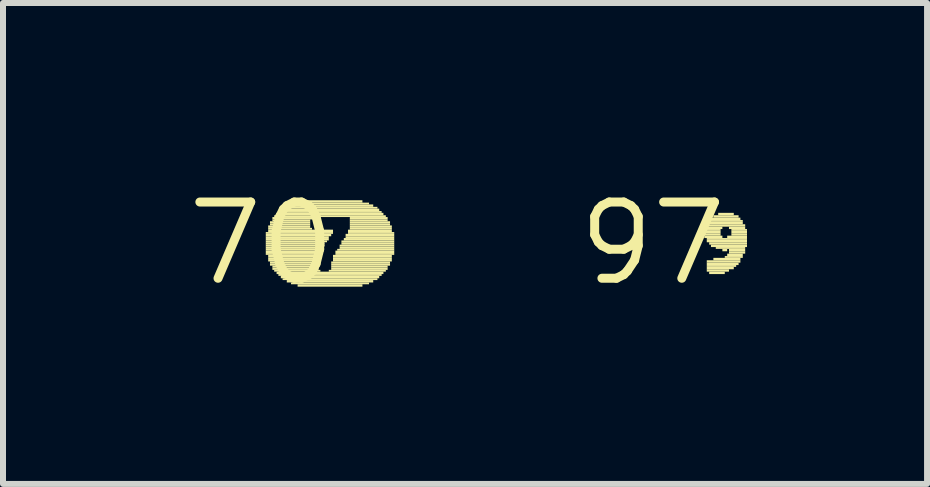
<source format=kicad_pcb>
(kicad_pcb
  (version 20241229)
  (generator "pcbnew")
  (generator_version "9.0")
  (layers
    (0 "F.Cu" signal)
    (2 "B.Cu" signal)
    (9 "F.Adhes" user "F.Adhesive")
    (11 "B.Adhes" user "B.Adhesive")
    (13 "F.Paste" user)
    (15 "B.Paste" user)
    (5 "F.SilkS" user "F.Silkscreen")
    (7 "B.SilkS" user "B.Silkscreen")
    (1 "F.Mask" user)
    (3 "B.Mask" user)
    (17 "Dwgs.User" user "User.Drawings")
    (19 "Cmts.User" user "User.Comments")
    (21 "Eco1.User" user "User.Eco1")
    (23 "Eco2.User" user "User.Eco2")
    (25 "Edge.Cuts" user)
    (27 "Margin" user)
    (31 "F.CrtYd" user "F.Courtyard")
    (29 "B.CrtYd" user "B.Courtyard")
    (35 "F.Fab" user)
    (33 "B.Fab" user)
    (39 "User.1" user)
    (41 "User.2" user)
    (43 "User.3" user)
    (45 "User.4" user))
  (footprint "97"
    (layer "F.Cu")
    (at 7.825 1.006)
    (property "Reference" "97" (at 0 0 0) (layer "F.SilkS") (effects (font (size 1.27 1.27) (thickness 0.15))))
    (fp_poly (pts (xy 0.86 -0.21) (xy 1.13 -0.21) (xy 1.13 -0.24) (xy 0.86 -0.24)) (stroke (width 0) (type default)) (fill yes) (layer "F.SilkS"))
    (fp_poly (pts (xy 0.86 -0.17) (xy 1.13 -0.17) (xy 1.13 -0.21) (xy 0.86 -0.21)) (stroke (width 0) (type default)) (fill yes) (layer "F.SilkS"))
    (fp_poly (pts (xy 0.86 -0.13) (xy 1.13 -0.13) (xy 1.13 -0.17) (xy 0.86 -0.17)) (stroke (width 0) (type default)) (fill yes) (layer "F.SilkS"))
    (fp_poly (pts (xy 0.86 -0.09) (xy 1.16 -0.09) (xy 1.16 -0.13) (xy 0.86 -0.13)) (stroke (width 0) (type default)) (fill yes) (layer "F.SilkS"))
    (fp_poly (pts (xy 0.9 -0.32) (xy 1.5 -0.32) (xy 1.5 -0.36) (xy 0.9 -0.36)) (stroke (width 0) (type default)) (fill yes) (layer "F.SilkS"))
    (fp_poly (pts (xy 0.9 -0.28) (xy 1.54 -0.28) (xy 1.54 -0.32) (xy 0.9 -0.32)) (stroke (width 0) (type default)) (fill yes) (layer "F.SilkS"))
    (fp_poly (pts (xy 0.9 -0.24) (xy 1.16 -0.24) (xy 1.16 -0.28) (xy 0.9 -0.28)) (stroke (width 0) (type default)) (fill yes) (layer "F.SilkS"))
    (fp_poly (pts (xy 0.9 -0.06) (xy 1.57 -0.06) (xy 1.57 -0.09) (xy 0.9 -0.09)) (stroke (width 0) (type default)) (fill yes) (layer "F.SilkS"))
    (fp_poly (pts (xy 0.9 -0.02) (xy 1.57 -0.02) (xy 1.57 -0.06) (xy 0.9 -0.06)) (stroke (width 0) (type default)) (fill yes) (layer "F.SilkS"))
    (fp_poly (pts (xy 0.9 0.32) (xy 1.46 0.32) (xy 1.46 0.28) (xy 0.9 0.28)) (stroke (width 0) (type default)) (fill yes) (layer "F.SilkS"))
    (fp_poly (pts (xy 0.9 0.36) (xy 1.43 0.36) (xy 1.43 0.32) (xy 0.9 0.32)) (stroke (width 0) (type default)) (fill yes) (layer "F.SilkS"))
    (fp_poly (pts (xy 0.9 0.39) (xy 1.39 0.39) (xy 1.39 0.36) (xy 0.9 0.36)) (stroke (width 0) (type default)) (fill yes) (layer "F.SilkS"))
    (fp_poly (pts (xy 0.9 0.43) (xy 1.35 0.43) (xy 1.35 0.39) (xy 0.9 0.39)) (stroke (width 0) (type default)) (fill yes) (layer "F.SilkS"))
    (fp_poly (pts (xy 0.9 0.47) (xy 1.27 0.47) (xy 1.27 0.43) (xy 0.9 0.43)) (stroke (width 0) (type default)) (fill yes) (layer "F.SilkS"))
    (fp_poly (pts (xy 0.94 -0.36) (xy 1.5 -0.36) (xy 1.5 -0.39) (xy 0.94 -0.39)) (stroke (width 0) (type default)) (fill yes) (layer "F.SilkS"))
    (fp_poly (pts (xy 0.94 0.02) (xy 1.57 0.02) (xy 1.57 -0.02) (xy 0.94 -0.02)) (stroke (width 0) (type default)) (fill yes) (layer "F.SilkS"))
    (fp_poly (pts (xy 0.94 0.51) (xy 1.2 0.51) (xy 1.2 0.47) (xy 0.94 0.47)) (stroke (width 0) (type default)) (fill yes) (layer "F.SilkS"))
    (fp_poly (pts (xy 0.97 -0.39) (xy 1.46 -0.39) (xy 1.46 -0.43) (xy 0.97 -0.43)) (stroke (width 0) (type default)) (fill yes) (layer "F.SilkS"))
    (fp_poly (pts (xy 0.97 0.06) (xy 1.57 0.06) (xy 1.57 0.02) (xy 0.97 0.02)) (stroke (width 0) (type default)) (fill yes) (layer "F.SilkS"))
    (fp_poly (pts (xy 1.01 -0.43) (xy 1.43 -0.43) (xy 1.43 -0.47) (xy 1.01 -0.47)) (stroke (width 0) (type default)) (fill yes) (layer "F.SilkS"))
    (fp_poly (pts (xy 1.01 0.28) (xy 1.46 0.28) (xy 1.46 0.24) (xy 1.01 0.24)) (stroke (width 0) (type default)) (fill yes) (layer "F.SilkS"))
    (fp_poly (pts (xy 1.05 0.09) (xy 1.54 0.09) (xy 1.54 0.06) (xy 1.05 0.06)) (stroke (width 0) (type default)) (fill yes) (layer "F.SilkS"))
    (fp_poly (pts (xy 1.09 -0.47) (xy 1.35 -0.47) (xy 1.35 -0.51) (xy 1.09 -0.51)) (stroke (width 0) (type default)) (fill yes) (layer "F.SilkS"))
    (fp_poly (pts (xy 1.16 0.13) (xy 1.24 0.13) (xy 1.24 0.09) (xy 1.16 0.09)) (stroke (width 0) (type default)) (fill yes) (layer "F.SilkS"))
    (fp_poly (pts (xy 1.2 0.24) (xy 1.5 0.24) (xy 1.5 0.21) (xy 1.2 0.21)) (stroke (width 0) (type default)) (fill yes) (layer "F.SilkS"))
    (fp_poly (pts (xy 1.24 -0.09) (xy 1.57 -0.09) (xy 1.57 -0.13) (xy 1.24 -0.13)) (stroke (width 0) (type default)) (fill yes) (layer "F.SilkS"))
    (fp_poly (pts (xy 1.24 0.21) (xy 1.5 0.21) (xy 1.5 0.17) (xy 1.24 0.17)) (stroke (width 0) (type default)) (fill yes) (layer "F.SilkS"))
    (fp_poly (pts (xy 1.27 -0.24) (xy 1.54 -0.24) (xy 1.54 -0.28) (xy 1.27 -0.28)) (stroke (width 0) (type default)) (fill yes) (layer "F.SilkS"))
    (fp_poly (pts (xy 1.27 0.13) (xy 1.54 0.13) (xy 1.54 0.09) (xy 1.27 0.09)) (stroke (width 0) (type default)) (fill yes) (layer "F.SilkS"))
    (fp_poly (pts (xy 1.27 0.17) (xy 1.54 0.17) (xy 1.54 0.13) (xy 1.27 0.13)) (stroke (width 0) (type default)) (fill yes) (layer "F.SilkS"))
    (fp_poly (pts (xy 1.31 -0.21) (xy 1.57 -0.21) (xy 1.57 -0.24) (xy 1.31 -0.24)) (stroke (width 0) (type default)) (fill yes) (layer "F.SilkS"))
    (fp_poly (pts (xy 1.31 -0.17) (xy 1.57 -0.17) (xy 1.57 -0.21) (xy 1.31 -0.21)) (stroke (width 0) (type default)) (fill yes) (layer "F.SilkS"))
    (fp_poly (pts (xy 1.31 -0.13) (xy 1.57 -0.13) (xy 1.57 -0.17) (xy 1.31 -0.17)) (stroke (width 0) (type default)) (fill yes) (layer "F.SilkS")))
  (footprint "70"
    (layer "F.Cu")
    (at 1.308 1.006)
    (property "Reference" "70" (at 0 0 0) (layer "F.SilkS") (effects (font (size 1.27 1.27) (thickness 0.15))))
    (fp_poly (pts (xy 0.07 -0.16) (xy 1.19 -0.16) (xy 1.19 -0.19) (xy 0.07 -0.19)) (stroke (width 0) (type default)) (fill yes) (layer "F.SilkS"))
    (fp_poly (pts (xy 0.07 -0.12) (xy 1.16 -0.12) (xy 1.16 -0.16) (xy 0.07 -0.16)) (stroke (width 0) (type default)) (fill yes) (layer "F.SilkS"))
    (fp_poly (pts (xy 0.07 -0.09) (xy 1.12 -0.09) (xy 1.12 -0.12) (xy 0.07 -0.12)) (stroke (width 0) (type default)) (fill yes) (layer "F.SilkS"))
    (fp_poly (pts (xy 0.07 -0.05) (xy 1.12 -0.05) (xy 1.12 -0.09) (xy 0.07 -0.09)) (stroke (width 0) (type default)) (fill yes) (layer "F.SilkS"))
    (fp_poly (pts (xy 0.07 -0.02) (xy 1.09 -0.02) (xy 1.09 -0.05) (xy 0.07 -0.05)) (stroke (width 0) (type default)) (fill yes) (layer "F.SilkS"))
    (fp_poly (pts (xy 0.07 0.02) (xy 1.05 0.02) (xy 1.05 -0.02) (xy 0.07 -0.02)) (stroke (width 0) (type default)) (fill yes) (layer "F.SilkS"))
    (fp_poly (pts (xy 0.07 0.05) (xy 1.05 0.05) (xy 1.05 0.02) (xy 0.07 0.02)) (stroke (width 0) (type default)) (fill yes) (layer "F.SilkS"))
    (fp_poly (pts (xy 0.07 0.09) (xy 1.02 0.09) (xy 1.02 0.05) (xy 0.07 0.05)) (stroke (width 0) (type default)) (fill yes) (layer "F.SilkS"))
    (fp_poly (pts (xy 0.07 0.12) (xy 1.02 0.12) (xy 1.02 0.09) (xy 0.07 0.09)) (stroke (width 0) (type default)) (fill yes) (layer "F.SilkS"))
    (fp_poly (pts (xy 0.07 0.16) (xy 0.98 0.16) (xy 0.98 0.12) (xy 0.07 0.12)) (stroke (width 0) (type default)) (fill yes) (layer "F.SilkS"))
    (fp_poly (pts (xy 0.07 0.19) (xy 0.98 0.19) (xy 0.98 0.16) (xy 0.07 0.16)) (stroke (width 0) (type default)) (fill yes) (layer "F.SilkS"))
    (fp_poly (pts (xy 0.11 -0.26) (xy 0.81 -0.26) (xy 0.81 -0.3) (xy 0.11 -0.3)) (stroke (width 0) (type default)) (fill yes) (layer "F.SilkS"))
    (fp_poly (pts (xy 0.11 -0.23) (xy 0.84 -0.23) (xy 0.84 -0.26) (xy 0.11 -0.26)) (stroke (width 0) (type default)) (fill yes) (layer "F.SilkS"))
    (fp_poly (pts (xy 0.11 -0.19) (xy 1.19 -0.19) (xy 1.19 -0.23) (xy 0.11 -0.23)) (stroke (width 0) (type default)) (fill yes) (layer "F.SilkS"))
    (fp_poly (pts (xy 0.11 0.23) (xy 0.98 0.23) (xy 0.98 0.19) (xy 0.11 0.19)) (stroke (width 0) (type default)) (fill yes) (layer "F.SilkS"))
    (fp_poly (pts (xy 0.11 0.26) (xy 0.95 0.26) (xy 0.95 0.23) (xy 0.11 0.23)) (stroke (width 0) (type default)) (fill yes) (layer "F.SilkS"))
    (fp_poly (pts (xy 0.11 0.3) (xy 0.95 0.3) (xy 0.95 0.26) (xy 0.11 0.26)) (stroke (width 0) (type default)) (fill yes) (layer "F.SilkS"))
    (fp_poly (pts (xy 0.14 -0.33) (xy 0.81 -0.33) (xy 0.81 -0.37) (xy 0.14 -0.37)) (stroke (width 0) (type default)) (fill yes) (layer "F.SilkS"))
    (fp_poly (pts (xy 0.14 -0.3) (xy 0.81 -0.3) (xy 0.81 -0.33) (xy 0.14 -0.33)) (stroke (width 0) (type default)) (fill yes) (layer "F.SilkS"))
    (fp_poly (pts (xy 0.14 0.33) (xy 0.95 0.33) (xy 0.95 0.3) (xy 0.14 0.3)) (stroke (width 0) (type default)) (fill yes) (layer "F.SilkS"))
    (fp_poly (pts (xy 0.14 0.37) (xy 0.95 0.37) (xy 0.95 0.33) (xy 0.14 0.33)) (stroke (width 0) (type default)) (fill yes) (layer "F.SilkS"))
    (fp_poly (pts (xy 0.18 -0.4) (xy 0.84 -0.4) (xy 0.84 -0.44) (xy 0.18 -0.44)) (stroke (width 0) (type default)) (fill yes) (layer "F.SilkS"))
    (fp_poly (pts (xy 0.18 -0.37) (xy 0.81 -0.37) (xy 0.81 -0.4) (xy 0.18 -0.4)) (stroke (width 0) (type default)) (fill yes) (layer "F.SilkS"))
    (fp_poly (pts (xy 0.18 0.4) (xy 0.95 0.4) (xy 0.95 0.37) (xy 0.18 0.37)) (stroke (width 0) (type default)) (fill yes) (layer "F.SilkS"))
    (fp_poly (pts (xy 0.18 0.44) (xy 0.95 0.44) (xy 0.95 0.4) (xy 0.18 0.4)) (stroke (width 0) (type default)) (fill yes) (layer "F.SilkS"))
    (fp_poly (pts (xy 0.21 -0.44) (xy 2.07 -0.44) (xy 2.07 -0.47) (xy 0.21 -0.47)) (stroke (width 0) (type default)) (fill yes) (layer "F.SilkS"))
    (fp_poly (pts (xy 0.21 0.47) (xy 0.98 0.47) (xy 0.98 0.44) (xy 0.21 0.44)) (stroke (width 0) (type default)) (fill yes) (layer "F.SilkS"))
    (fp_poly (pts (xy 0.25 -0.47) (xy 2.03 -0.47) (xy 2.03 -0.51) (xy 0.25 -0.51)) (stroke (width 0) (type default)) (fill yes) (layer "F.SilkS"))
    (fp_poly (pts (xy 0.25 0.51) (xy 2.03 0.51) (xy 2.03 0.47) (xy 0.25 0.47)) (stroke (width 0) (type default)) (fill yes) (layer "F.SilkS"))
    (fp_poly (pts (xy 0.28 -0.51) (xy 2 -0.51) (xy 2 -0.54) (xy 0.28 -0.54)) (stroke (width 0) (type default)) (fill yes) (layer "F.SilkS"))
    (fp_poly (pts (xy 0.28 0.54) (xy 2 0.54) (xy 2 0.51) (xy 0.28 0.51)) (stroke (width 0) (type default)) (fill yes) (layer "F.SilkS"))
    (fp_poly (pts (xy 0.32 -0.54) (xy 1.96 -0.54) (xy 1.96 -0.58) (xy 0.32 -0.58)) (stroke (width 0) (type default)) (fill yes) (layer "F.SilkS"))
    (fp_poly (pts (xy 0.32 0.58) (xy 1.96 0.58) (xy 1.96 0.54) (xy 0.32 0.54)) (stroke (width 0) (type default)) (fill yes) (layer "F.SilkS"))
    (fp_poly (pts (xy 0.35 -0.58) (xy 1.93 -0.58) (xy 1.93 -0.61) (xy 0.35 -0.61)) (stroke (width 0) (type default)) (fill yes) (layer "F.SilkS"))
    (fp_poly (pts (xy 0.35 0.61) (xy 1.93 0.61) (xy 1.93 0.58) (xy 0.35 0.58)) (stroke (width 0) (type default)) (fill yes) (layer "F.SilkS"))
    (fp_poly (pts (xy 0.42 -0.61) (xy 1.86 -0.61) (xy 1.86 -0.65) (xy 0.42 -0.65)) (stroke (width 0) (type default)) (fill yes) (layer "F.SilkS"))
    (fp_poly (pts (xy 0.42 0.65) (xy 1.86 0.65) (xy 1.86 0.61) (xy 0.42 0.61)) (stroke (width 0) (type default)) (fill yes) (layer "F.SilkS"))
    (fp_poly (pts (xy 0.49 -0.65) (xy 1.79 -0.65) (xy 1.79 -0.68) (xy 0.49 -0.68)) (stroke (width 0) (type default)) (fill yes) (layer "F.SilkS"))
    (fp_poly (pts (xy 0.49 0.68) (xy 1.79 0.68) (xy 1.79 0.65) (xy 0.49 0.65)) (stroke (width 0) (type default)) (fill yes) (layer "F.SilkS"))
    (fp_poly (pts (xy 0.6 -0.68) (xy 1.68 -0.68) (xy 1.68 -0.72) (xy 0.6 -0.72)) (stroke (width 0) (type default)) (fill yes) (layer "F.SilkS"))
    (fp_poly (pts (xy 0.6 0.72) (xy 1.68 0.72) (xy 1.68 0.68) (xy 0.6 0.68)) (stroke (width 0) (type default)) (fill yes) (layer "F.SilkS"))
    (fp_poly (pts (xy 1.12 0.47) (xy 2.07 0.47) (xy 2.07 0.44) (xy 1.12 0.44)) (stroke (width 0) (type default)) (fill yes) (layer "F.SilkS"))
    (fp_poly (pts (xy 1.16 0.33) (xy 2.14 0.33) (xy 2.14 0.3) (xy 1.16 0.3)) (stroke (width 0) (type default)) (fill yes) (layer "F.SilkS"))
    (fp_poly (pts (xy 1.16 0.37) (xy 2.14 0.37) (xy 2.14 0.33) (xy 1.16 0.33)) (stroke (width 0) (type default)) (fill yes) (layer "F.SilkS"))
    (fp_poly (pts (xy 1.16 0.4) (xy 2.1 0.4) (xy 2.1 0.37) (xy 1.16 0.37)) (stroke (width 0) (type default)) (fill yes) (layer "F.SilkS"))
    (fp_poly (pts (xy 1.16 0.44) (xy 2.1 0.44) (xy 2.1 0.4) (xy 1.16 0.4)) (stroke (width 0) (type default)) (fill yes) (layer "F.SilkS"))
    (fp_poly (pts (xy 1.19 0.23) (xy 2.17 0.23) (xy 2.17 0.19) (xy 1.19 0.19)) (stroke (width 0) (type default)) (fill yes) (layer "F.SilkS"))
    (fp_poly (pts (xy 1.19 0.26) (xy 2.17 0.26) (xy 2.17 0.23) (xy 1.19 0.23)) (stroke (width 0) (type default)) (fill yes) (layer "F.SilkS"))
    (fp_poly (pts (xy 1.19 0.3) (xy 2.17 0.3) (xy 2.17 0.26) (xy 1.19 0.26)) (stroke (width 0) (type default)) (fill yes) (layer "F.SilkS"))
    (fp_poly (pts (xy 1.23 0.16) (xy 2.21 0.16) (xy 2.21 0.12) (xy 1.23 0.12)) (stroke (width 0) (type default)) (fill yes) (layer "F.SilkS"))
    (fp_poly (pts (xy 1.23 0.19) (xy 2.21 0.19) (xy 2.21 0.16) (xy 1.23 0.16)) (stroke (width 0) (type default)) (fill yes) (layer "F.SilkS"))
    (fp_poly (pts (xy 1.26 0.12) (xy 2.21 0.12) (xy 2.21 0.09) (xy 1.26 0.09)) (stroke (width 0) (type default)) (fill yes) (layer "F.SilkS"))
    (fp_poly (pts (xy 1.3 0.05) (xy 2.21 0.05) (xy 2.21 0.02) (xy 1.3 0.02)) (stroke (width 0) (type default)) (fill yes) (layer "F.SilkS"))
    (fp_poly (pts (xy 1.3 0.09) (xy 2.21 0.09) (xy 2.21 0.05) (xy 1.3 0.05)) (stroke (width 0) (type default)) (fill yes) (layer "F.SilkS"))
    (fp_poly (pts (xy 1.33 -0.02) (xy 2.21 -0.02) (xy 2.21 -0.05) (xy 1.33 -0.05)) (stroke (width 0) (type default)) (fill yes) (layer "F.SilkS"))
    (fp_poly (pts (xy 1.33 0.02) (xy 2.21 0.02) (xy 2.21 -0.02) (xy 1.33 -0.02)) (stroke (width 0) (type default)) (fill yes) (layer "F.SilkS"))
    (fp_poly (pts (xy 1.37 -0.05) (xy 2.21 -0.05) (xy 2.21 -0.09) (xy 1.37 -0.09)) (stroke (width 0) (type default)) (fill yes) (layer "F.SilkS"))
    (fp_poly (pts (xy 1.4 -0.12) (xy 2.21 -0.12) (xy 2.21 -0.16) (xy 1.4 -0.16)) (stroke (width 0) (type default)) (fill yes) (layer "F.SilkS"))
    (fp_poly (pts (xy 1.4 -0.09) (xy 2.21 -0.09) (xy 2.21 -0.12) (xy 1.4 -0.12)) (stroke (width 0) (type default)) (fill yes) (layer "F.SilkS"))
    (fp_poly (pts (xy 1.44 -0.19) (xy 2.17 -0.19) (xy 2.17 -0.23) (xy 1.44 -0.23)) (stroke (width 0) (type default)) (fill yes) (layer "F.SilkS"))
    (fp_poly (pts (xy 1.44 -0.16) (xy 2.21 -0.16) (xy 2.21 -0.19) (xy 1.44 -0.19)) (stroke (width 0) (type default)) (fill yes) (layer "F.SilkS"))
    (fp_poly (pts (xy 1.47 -0.4) (xy 2.1 -0.4) (xy 2.1 -0.44) (xy 1.47 -0.44)) (stroke (width 0) (type default)) (fill yes) (layer "F.SilkS"))
    (fp_poly (pts (xy 1.47 -0.37) (xy 2.1 -0.37) (xy 2.1 -0.4) (xy 1.47 -0.4)) (stroke (width 0) (type default)) (fill yes) (layer "F.SilkS"))
    (fp_poly (pts (xy 1.47 -0.33) (xy 2.14 -0.33) (xy 2.14 -0.37) (xy 1.47 -0.37)) (stroke (width 0) (type default)) (fill yes) (layer "F.SilkS"))
    (fp_poly (pts (xy 1.47 -0.3) (xy 2.14 -0.3) (xy 2.14 -0.33) (xy 1.47 -0.33)) (stroke (width 0) (type default)) (fill yes) (layer "F.SilkS"))
    (fp_poly (pts (xy 1.47 -0.26) (xy 2.17 -0.26) (xy 2.17 -0.3) (xy 1.47 -0.3)) (stroke (width 0) (type default)) (fill yes) (layer "F.SilkS"))
    (fp_poly (pts (xy 1.47 -0.23) (xy 2.17 -0.23) (xy 2.17 -0.26) (xy 1.47 -0.26)) (stroke (width 0) (type default)) (fill yes) (layer "F.SilkS")))
  (gr_rect
    (start -3 -3)
    (end 12.395 5.012)
    (stroke (width 0.1) (type default))
    (fill no)
    (layer "Edge.Cuts")))
</source>
